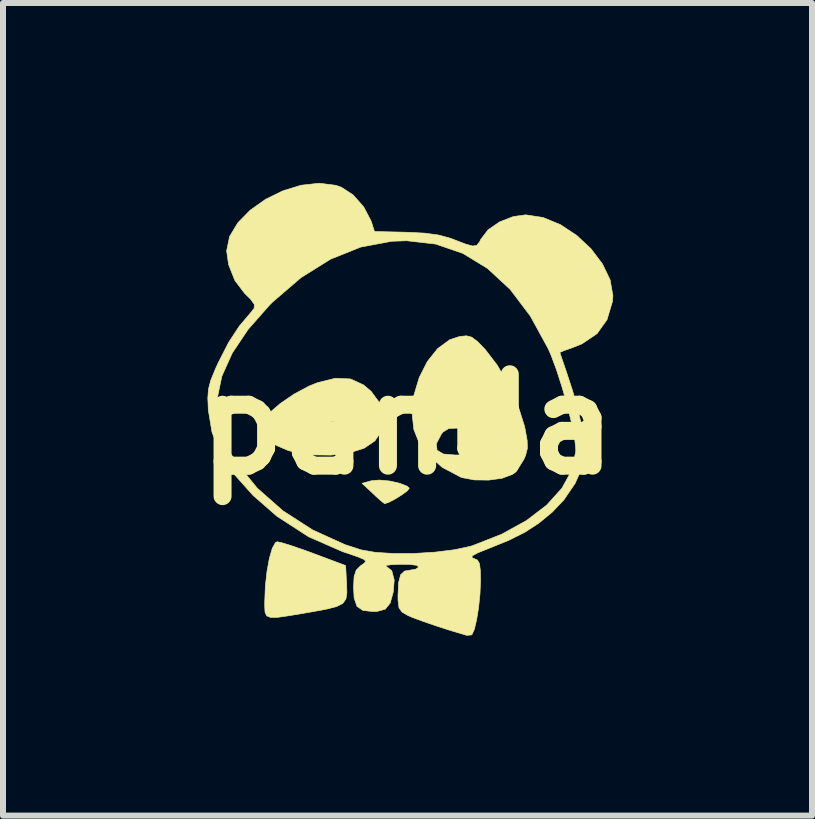
<source format=kicad_pcb>
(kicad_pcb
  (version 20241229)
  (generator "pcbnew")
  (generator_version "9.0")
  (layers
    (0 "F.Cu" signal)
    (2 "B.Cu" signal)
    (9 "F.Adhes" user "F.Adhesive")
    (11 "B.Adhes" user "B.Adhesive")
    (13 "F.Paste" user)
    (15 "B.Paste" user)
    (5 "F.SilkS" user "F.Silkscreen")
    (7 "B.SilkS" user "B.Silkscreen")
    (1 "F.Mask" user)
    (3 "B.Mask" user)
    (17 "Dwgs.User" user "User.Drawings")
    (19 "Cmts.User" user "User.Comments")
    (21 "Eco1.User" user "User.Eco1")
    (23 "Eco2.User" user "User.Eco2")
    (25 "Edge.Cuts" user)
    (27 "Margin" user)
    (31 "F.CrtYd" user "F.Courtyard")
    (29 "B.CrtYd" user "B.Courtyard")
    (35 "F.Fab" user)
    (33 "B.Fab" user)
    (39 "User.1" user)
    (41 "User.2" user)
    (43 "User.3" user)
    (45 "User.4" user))
  (footprint "panda"
    (layer "F.Cu")
    (at 3.745 4.025)
    (property "Reference" "panda" (at 0 0 0) (layer "F.SilkS") (effects (font (size 1.524 1.524) (thickness 0.3))))
    (attr through_hole)
    (fp_poly (pts (xy -0.3 0.945) (xy -0.133 0.982) (xy -0.008 1.031) (xy 0.03 1.064) (xy 0.001 1.105) (xy -0.089 1.172) (xy -0.205 1.245) (xy -0.315 1.302) (xy -0.382 1.323) (xy -0.426 1.29) (xy -0.52 1.207) (xy -0.577 1.153) (xy -0.758 0.984) (xy -0.604 0.941) (xy -0.47 0.929) (xy -0.3 0.945)) (stroke (width 0.01) (type solid)) (fill yes) (layer "F.SilkS"))
    (fp_poly (pts (xy -2.091 1.976) (xy -1.935 2.024) (xy -1.729 2.095) (xy -1.56 2.157) (xy -1.032 2.355) (xy -1.016 2.656) (xy -1.011 2.805) (xy -1.027 2.911) (xy -1.078 2.985) (xy -1.181 3.038) (xy -1.352 3.082) (xy -1.608 3.129) (xy -1.689 3.143) (xy -1.97 3.19) (xy -2.162 3.218) (xy -2.283 3.22) (xy -2.348 3.194) (xy -2.376 3.134) (xy -2.381 3.036) (xy -2.381 2.96) (xy -2.371 2.701) (xy -2.343 2.451) (xy -2.303 2.232) (xy -2.254 2.064) (xy -2.201 1.971) (xy -2.174 1.958) (xy -2.091 1.976)) (stroke (width 0.01) (type solid)) (fill yes) (layer "F.SilkS"))
    (fp_poly (pts (xy -0.953 -0.757) (xy -0.735 -0.658) (xy -0.608 -0.551) (xy -0.45 -0.337) (xy -0.389 -0.116) (xy -0.421 0.094) (xy -0.544 0.276) (xy -0.725 0.399) (xy -0.97 0.476) (xy -1.272 0.513) (xy -1.592 0.51) (xy -1.889 0.465) (xy -2.003 0.431) (xy -2.183 0.354) (xy -2.335 0.268) (xy -2.397 0.22) (xy -2.469 0.131) (xy -2.47 0.079) (xy -1.455 0.079) (xy -1.431 0.154) (xy -1.341 0.198) (xy -1.244 0.217) (xy -1.1 0.24) (xy -1.003 0.255) (xy -0.991 0.257) (xy -0.939 0.222) (xy -0.916 0.178) (xy -0.925 0.079) (xy -1.015 0.001) (xy -1.162 -0.041) (xy -1.27 -0.042) (xy -1.4 -0.017) (xy -1.451 0.04) (xy -1.455 0.079) (xy -2.47 0.079) (xy -2.47 0.051) (xy -2.431 -0.033) (xy -2.314 -0.182) (xy -2.125 -0.345) (xy -1.894 -0.503) (xy -1.648 -0.635) (xy -1.506 -0.693) (xy -1.205 -0.768) (xy -0.953 -0.757)) (stroke (width 0.01) (type solid)) (fill yes) (layer "F.SilkS"))
    (fp_poly (pts (xy 1.069 -1.454) (xy 1.164 -1.383) (xy 1.293 -1.251) (xy 1.494 -0.989) (xy 1.684 -0.662) (xy 1.843 -0.308) (xy 1.951 0.033) (xy 1.961 0.081) (xy 1.995 0.272) (xy 1.998 0.403) (xy 1.969 0.516) (xy 1.94 0.584) (xy 1.852 0.725) (xy 1.753 0.83) (xy 1.74 0.838) (xy 1.574 0.9) (xy 1.351 0.93) (xy 1.114 0.927) (xy 0.908 0.888) (xy 0.886 0.88) (xy 0.578 0.717) (xy 0.318 0.485) (xy 0.203 0.332) (xy 0.2 0.324) (xy 0.48 0.324) (xy 0.492 0.432) (xy 0.598 0.495) (xy 0.799 0.512) (xy 0.847 0.511) (xy 0.965 0.499) (xy 1.018 0.456) (xy 1.031 0.349) (xy 1.032 0.291) (xy 1.026 0.155) (xy 0.988 0.092) (xy 0.892 0.068) (xy 0.838 0.063) (xy 0.688 0.069) (xy 0.592 0.128) (xy 0.561 0.168) (xy 0.48 0.324) (xy 0.2 0.324) (xy 0.105 0.087) (xy 0.075 -0.193) (xy 0.108 -0.49) (xy 0.195 -0.78) (xy 0.329 -1.045) (xy 0.501 -1.262) (xy 0.704 -1.411) (xy 0.867 -1.464) (xy 0.981 -1.476) (xy 1.069 -1.454)) (stroke (width 0.01) (type solid)) (fill yes) (layer "F.SilkS"))
    (fp_poly (pts (xy -1.194 -3.985) (xy -1.103 -3.953) (xy -0.907 -3.825) (xy -0.732 -3.627) (xy -0.61 -3.396) (xy -0.6 -3.367) (xy -0.551 -3.215) (xy -0.024 -3.203) (xy 0.284 -3.188) (xy 0.52 -3.156) (xy 0.718 -3.102) (xy 0.782 -3.077) (xy 0.971 -3.004) (xy 1.087 -2.973) (xy 1.156 -2.985) (xy 1.201 -3.042) (xy 1.223 -3.087) (xy 1.343 -3.243) (xy 1.535 -3.375) (xy 1.764 -3.464) (xy 1.969 -3.493) (xy 2.259 -3.449) (xy 2.548 -3.33) (xy 2.821 -3.15) (xy 3.06 -2.926) (xy 3.251 -2.673) (xy 3.378 -2.408) (xy 3.424 -2.146) (xy 3.416 -2.046) (xy 3.326 -1.744) (xy 3.159 -1.511) (xy 2.909 -1.342) (xy 2.738 -1.274) (xy 2.613 -1.23) (xy 2.545 -1.202) (xy 2.54 -1.198) (xy 2.556 -1.146) (xy 2.598 -1.024) (xy 2.643 -0.893) (xy 2.753 -0.557) (xy 2.845 -0.226) (xy 2.915 0.075) (xy 2.956 0.32) (xy 2.963 0.435) (xy 2.919 0.699) (xy 2.795 0.984) (xy 2.606 1.261) (xy 2.412 1.465) (xy 2.188 1.649) (xy 1.956 1.8) (xy 1.683 1.936) (xy 1.355 2.069) (xy 1.173 2.142) (xy 1.082 2.191) (xy 1.072 2.222) (xy 1.104 2.236) (xy 1.165 2.263) (xy 1.2 2.322) (xy 1.214 2.437) (xy 1.217 2.612) (xy 1.208 2.828) (xy 1.185 3.053) (xy 1.152 3.259) (xy 1.114 3.419) (xy 1.075 3.505) (xy 1.067 3.511) (xy 0.988 3.519) (xy 0.979 3.516) (xy 0.746 3.447) (xy 0.498 3.368) (xy 0.268 3.289) (xy 0.086 3.222) (xy 0.013 3.191) (xy -0.091 3.132) (xy -0.142 3.06) (xy -0.158 2.938) (xy -0.159 2.856) (xy -0.149 2.639) (xy -0.115 2.508) (xy -0.049 2.446) (xy 0.029 2.434) (xy 0.139 2.414) (xy 0.185 2.381) (xy 0.157 2.351) (xy 0.033 2.336) (xy -0.116 2.334) (xy -0.272 2.341) (xy -0.359 2.352) (xy -0.36 2.364) (xy -0.36 2.364) (xy -0.263 2.441) (xy -0.222 2.595) (xy -0.238 2.796) (xy -0.289 2.98) (xy -0.37 3.081) (xy -0.503 3.119) (xy -0.578 3.122) (xy -0.744 3.103) (xy -0.843 3.035) (xy -0.89 2.898) (xy -0.9 2.718) (xy -0.891 2.54) (xy -0.856 2.432) (xy -0.785 2.36) (xy -0.784 2.359) (xy -0.721 2.315) (xy -0.697 2.283) (xy -0.725 2.253) (xy -0.82 2.213) (xy -0.995 2.152) (xy -1.085 2.122) (xy -1.649 1.875) (xy -2.176 1.534) (xy -2.576 1.185) (xy -2.895 0.828) (xy -3.12 0.482) (xy -3.26 0.132) (xy -3.322 -0.24) (xy -3.322 -0.241) (xy -3.326 -0.348) (xy -3.175 -0.348) (xy -3.16 -0.066) (xy -3.104 0.173) (xy -2.996 0.41) (xy -2.856 0.635) (xy -2.507 1.063) (xy -2.076 1.443) (xy -1.582 1.761) (xy -1.043 2.006) (xy -0.771 2.094) (xy -0.537 2.135) (xy -0.232 2.154) (xy 0.111 2.153) (xy 0.461 2.131) (xy 0.784 2.091) (xy 1.049 2.034) (xy 1.09 2.021) (xy 1.572 1.831) (xy 1.985 1.603) (xy 2.321 1.346) (xy 2.575 1.064) (xy 2.738 0.766) (xy 2.804 0.458) (xy 2.805 0.416) (xy 2.787 0.237) (xy 2.738 -0.012) (xy 2.666 -0.305) (xy 2.579 -0.612) (xy 2.484 -0.908) (xy 2.389 -1.163) (xy 2.344 -1.264) (xy 2.049 -1.803) (xy 1.712 -2.249) (xy 1.335 -2.598) (xy 0.921 -2.851) (xy 0.471 -3.005) (xy -0.014 -3.061) (xy -0.265 -3.052) (xy -0.782 -2.955) (xy -1.285 -2.753) (xy -1.775 -2.447) (xy -2.252 -2.037) (xy -2.302 -1.987) (xy -2.657 -1.584) (xy -2.923 -1.187) (xy -3.096 -0.802) (xy -3.172 -0.436) (xy -3.175 -0.348) (xy -3.326 -0.348) (xy -3.33 -0.436) (xy -3.319 -0.587) (xy -3.281 -0.733) (xy -3.207 -0.915) (xy -3.157 -1.025) (xy -2.984 -1.364) (xy -2.806 -1.636) (xy -2.619 -1.857) (xy -2.558 -1.933) (xy -2.554 -1.999) (xy -2.614 -2.083) (xy -2.719 -2.187) (xy -2.879 -2.399) (xy -2.984 -2.664) (xy -3.016 -2.894) (xy -2.967 -3.131) (xy -2.83 -3.36) (xy -2.624 -3.57) (xy -2.367 -3.752) (xy -2.077 -3.894) (xy -1.773 -3.987) (xy -1.472 -4.02) (xy -1.194 -3.985)) (stroke (width 0.01) (type solid)) (fill yes) (layer "F.SilkS")))
  (gr_rect
    (start -3 -3)
    (end 10.489 10.549)
    (stroke (width 0.1) (type default))
    (fill no)
    (layer "Edge.Cuts")))
</source>
